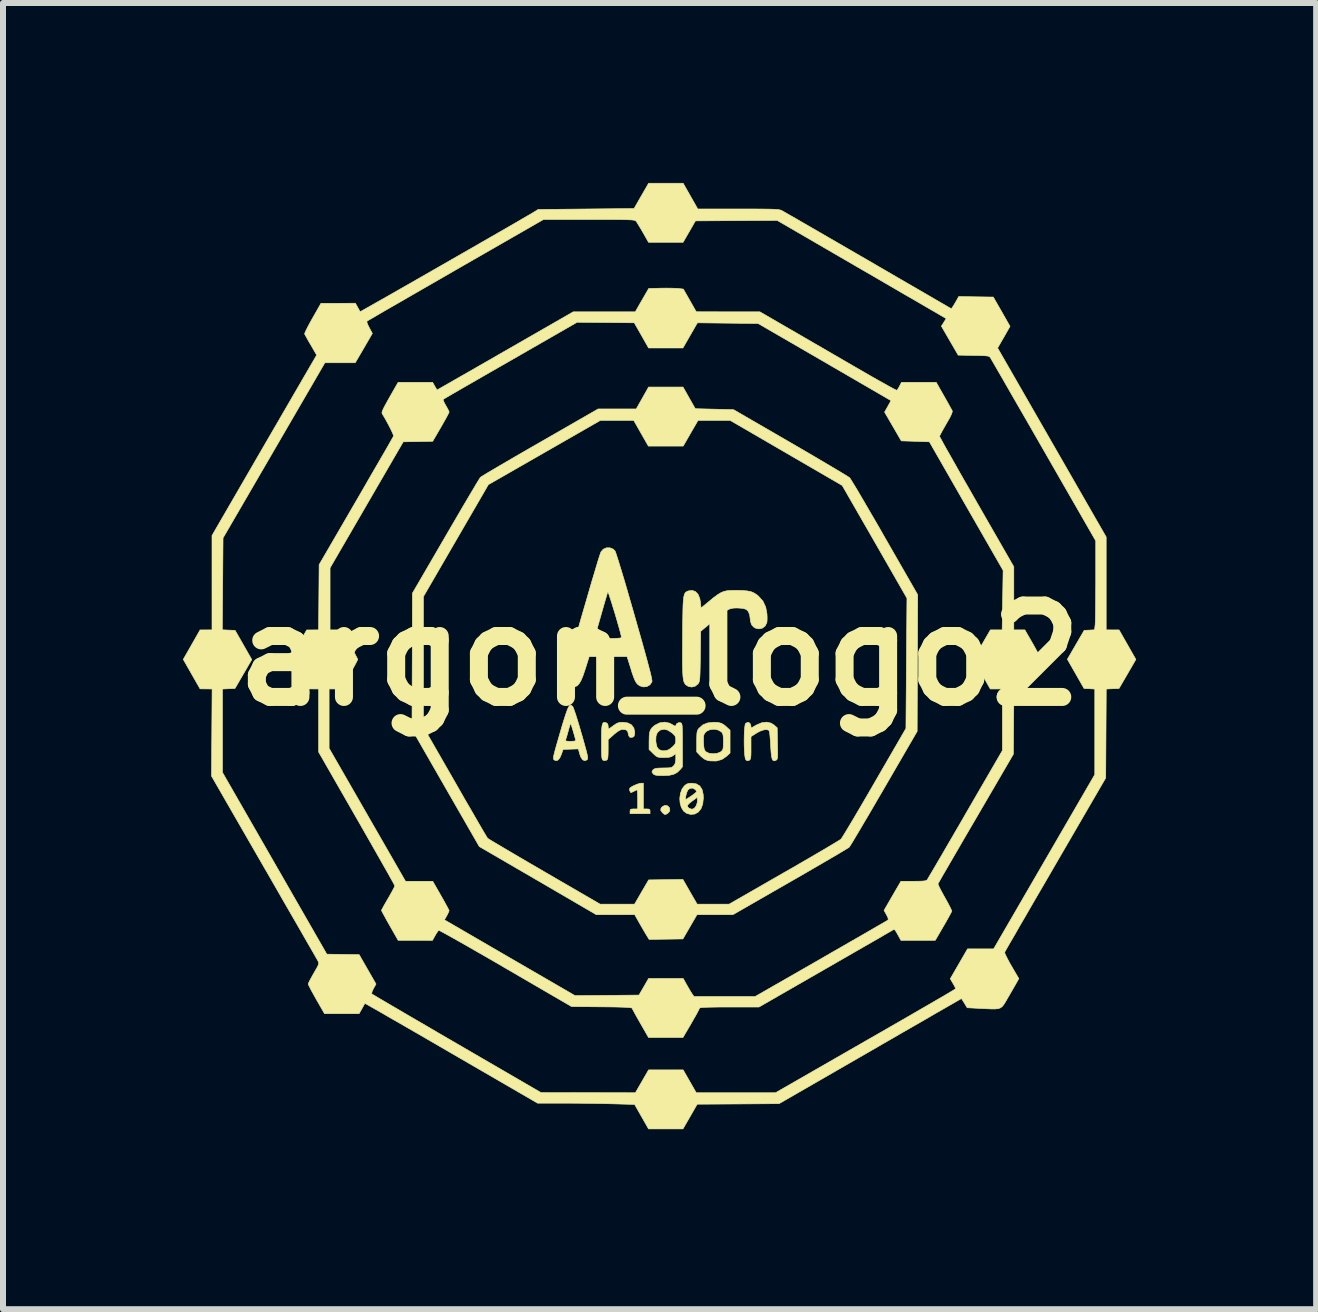
<source format=kicad_pcb>
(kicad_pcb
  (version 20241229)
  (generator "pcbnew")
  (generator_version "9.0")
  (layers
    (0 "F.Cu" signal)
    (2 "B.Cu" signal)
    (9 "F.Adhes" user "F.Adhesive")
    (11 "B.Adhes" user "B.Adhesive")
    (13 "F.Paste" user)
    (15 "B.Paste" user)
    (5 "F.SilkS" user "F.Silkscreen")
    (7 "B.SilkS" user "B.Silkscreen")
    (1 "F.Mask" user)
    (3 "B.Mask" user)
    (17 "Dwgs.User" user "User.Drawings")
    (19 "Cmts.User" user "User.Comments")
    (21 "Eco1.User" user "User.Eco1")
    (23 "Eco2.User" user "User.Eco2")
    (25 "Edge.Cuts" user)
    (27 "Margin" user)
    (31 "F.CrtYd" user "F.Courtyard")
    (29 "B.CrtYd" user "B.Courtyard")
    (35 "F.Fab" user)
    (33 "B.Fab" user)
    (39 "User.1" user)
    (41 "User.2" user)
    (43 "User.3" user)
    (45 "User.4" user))
  (footprint "argon_logo2"
    (layer "F.Cu")
    (at 7.945 7.879)
    (property "Reference" "argon_logo2" (at 0 0 0) (layer "F.SilkS") (effects (font (size 1.524 1.524) (thickness 0.3))))
    (attr through_hole)
    (fp_poly (pts (xy 0.13 2.502) (xy 0.161 2.531) (xy 0.169 2.551) (xy 0.17 2.589) (xy 0.146 2.62) (xy 0.144 2.622) (xy 0.108 2.646) (xy 0.081 2.646) (xy 0.051 2.622) (xy 0.048 2.619) (xy 0.02 2.581) (xy 0.023 2.546) (xy 0.047 2.517) (xy 0.088 2.497) (xy 0.13 2.502)) (stroke (width 0.01) (type solid)) (fill yes) (layer "F.SilkS"))
    (fp_poly (pts (xy -0.27 2.556) (xy -0.214 2.556) (xy -0.177 2.559) (xy -0.161 2.572) (xy -0.159 2.596) (xy -0.159 2.635) (xy -0.492 2.635) (xy -0.492 2.596) (xy -0.489 2.57) (xy -0.472 2.559) (xy -0.434 2.556) (xy -0.429 2.556) (xy -0.365 2.556) (xy -0.365 2.397) (xy -0.366 2.33) (xy -0.368 2.278) (xy -0.371 2.245) (xy -0.374 2.238) (xy -0.393 2.245) (xy -0.427 2.261) (xy -0.431 2.263) (xy -0.466 2.28) (xy -0.484 2.28) (xy -0.494 2.258) (xy -0.499 2.243) (xy -0.501 2.221) (xy -0.488 2.202) (xy -0.455 2.18) (xy -0.43 2.168) (xy -0.378 2.145) (xy -0.331 2.13) (xy -0.31 2.127) (xy -0.27 2.127) (xy -0.27 2.556)) (stroke (width 0.01) (type solid)) (fill yes) (layer "F.SilkS"))
    (fp_poly (pts (xy -0.531 1.122) (xy -0.468 1.154) (xy -0.429 1.206) (xy -0.414 1.276) (xy -0.416 1.304) (xy -0.424 1.342) (xy -0.443 1.358) (xy -0.464 1.362) (xy -0.496 1.361) (xy -0.512 1.339) (xy -0.517 1.323) (xy -0.528 1.276) (xy -0.54 1.251) (xy -0.559 1.239) (xy -0.581 1.234) (xy -0.621 1.231) (xy -0.659 1.241) (xy -0.703 1.267) (xy -0.76 1.313) (xy -0.774 1.326) (xy -0.857 1.399) (xy -0.857 1.564) (xy -0.858 1.64) (xy -0.861 1.69) (xy -0.866 1.721) (xy -0.876 1.737) (xy -0.885 1.744) (xy -0.926 1.75) (xy -0.941 1.744) (xy -0.951 1.736) (xy -0.958 1.72) (xy -0.963 1.693) (xy -0.966 1.649) (xy -0.968 1.585) (xy -0.968 1.496) (xy -0.968 1.438) (xy -0.968 1.325) (xy -0.966 1.24) (xy -0.961 1.18) (xy -0.952 1.142) (xy -0.94 1.12) (xy -0.922 1.113) (xy -0.898 1.117) (xy -0.89 1.119) (xy -0.864 1.139) (xy -0.857 1.176) (xy -0.855 1.209) (xy -0.849 1.222) (xy -0.834 1.214) (xy -0.801 1.191) (xy -0.769 1.167) (xy -0.719 1.133) (xy -0.676 1.116) (xy -0.624 1.111) (xy -0.617 1.111) (xy -0.531 1.122)) (stroke (width 0.01) (type solid)) (fill yes) (layer "F.SilkS"))
    (fp_poly (pts (xy 1.86 1.126) (xy 1.909 1.158) (xy 1.961 1.204) (xy 1.966 1.466) (xy 1.968 1.563) (xy 1.969 1.633) (xy 1.967 1.68) (xy 1.964 1.711) (xy 1.958 1.729) (xy 1.948 1.74) (xy 1.939 1.745) (xy 1.913 1.754) (xy 1.893 1.749) (xy 1.878 1.726) (xy 1.867 1.682) (xy 1.859 1.613) (xy 1.852 1.516) (xy 1.851 1.49) (xy 1.846 1.407) (xy 1.84 1.336) (xy 1.834 1.283) (xy 1.828 1.253) (xy 1.826 1.249) (xy 1.79 1.233) (xy 1.736 1.238) (xy 1.671 1.261) (xy 1.615 1.292) (xy 1.524 1.35) (xy 1.524 1.54) (xy 1.524 1.621) (xy 1.522 1.676) (xy 1.517 1.711) (xy 1.51 1.731) (xy 1.498 1.743) (xy 1.493 1.746) (xy 1.461 1.753) (xy 1.438 1.737) (xy 1.428 1.712) (xy 1.42 1.661) (xy 1.415 1.593) (xy 1.411 1.512) (xy 1.41 1.425) (xy 1.411 1.339) (xy 1.414 1.259) (xy 1.42 1.193) (xy 1.427 1.147) (xy 1.436 1.128) (xy 1.473 1.112) (xy 1.504 1.125) (xy 1.521 1.162) (xy 1.521 1.164) (xy 1.526 1.208) (xy 1.61 1.159) (xy 1.701 1.12) (xy 1.786 1.109) (xy 1.86 1.126)) (stroke (width 0.01) (type solid)) (fill yes) (layer "F.SilkS"))
    (fp_poly (pts (xy 0.612 2.138) (xy 0.67 2.173) (xy 0.708 2.231) (xy 0.727 2.314) (xy 0.73 2.377) (xy 0.719 2.475) (xy 0.69 2.553) (xy 0.644 2.609) (xy 0.585 2.641) (xy 0.516 2.647) (xy 0.449 2.628) (xy 0.399 2.59) (xy 0.363 2.53) (xy 0.359 2.518) (xy 0.466 2.518) (xy 0.486 2.54) (xy 0.493 2.545) (xy 0.538 2.561) (xy 0.578 2.547) (xy 0.61 2.505) (xy 0.614 2.496) (xy 0.628 2.449) (xy 0.632 2.406) (xy 0.632 2.403) (xy 0.627 2.364) (xy 0.544 2.424) (xy 0.493 2.464) (xy 0.467 2.494) (xy 0.466 2.518) (xy 0.359 2.518) (xy 0.342 2.457) (xy 0.337 2.388) (xy 0.432 2.388) (xy 0.437 2.397) (xy 0.454 2.389) (xy 0.489 2.367) (xy 0.532 2.338) (xy 0.576 2.306) (xy 0.607 2.28) (xy 0.619 2.267) (xy 0.609 2.249) (xy 0.594 2.232) (xy 0.553 2.209) (xy 0.509 2.212) (xy 0.473 2.239) (xy 0.47 2.242) (xy 0.456 2.275) (xy 0.443 2.316) (xy 0.434 2.358) (xy 0.432 2.388) (xy 0.337 2.388) (xy 0.337 2.376) (xy 0.348 2.296) (xy 0.375 2.223) (xy 0.413 2.172) (xy 0.449 2.143) (xy 0.488 2.13) (xy 0.535 2.127) (xy 0.612 2.138)) (stroke (width 0.01) (type solid)) (fill yes) (layer "F.SilkS"))
    (fp_poly (pts (xy 0.977 1.115) (xy 1.032 1.129) (xy 1.081 1.159) (xy 1.123 1.196) (xy 1.175 1.244) (xy 1.175 1.623) (xy 1.119 1.676) (xy 1.039 1.731) (xy 0.946 1.757) (xy 0.84 1.755) (xy 0.794 1.746) (xy 0.744 1.723) (xy 0.691 1.681) (xy 0.679 1.669) (xy 0.619 1.605) (xy 0.619 1.431) (xy 0.619 1.384) (xy 0.731 1.384) (xy 0.733 1.45) (xy 0.737 1.515) (xy 0.744 1.557) (xy 0.756 1.584) (xy 0.775 1.604) (xy 0.776 1.605) (xy 0.825 1.628) (xy 0.89 1.636) (xy 0.957 1.63) (xy 1.012 1.609) (xy 1.022 1.602) (xy 1.042 1.584) (xy 1.055 1.563) (xy 1.061 1.532) (xy 1.063 1.483) (xy 1.064 1.436) (xy 1.063 1.368) (xy 1.058 1.324) (xy 1.049 1.295) (xy 1.034 1.275) (xy 1.031 1.272) (xy 0.976 1.24) (xy 0.91 1.227) (xy 0.842 1.234) (xy 0.785 1.26) (xy 0.76 1.284) (xy 0.743 1.31) (xy 0.734 1.34) (xy 0.731 1.384) (xy 0.619 1.384) (xy 0.62 1.353) (xy 0.622 1.3) (xy 0.628 1.264) (xy 0.637 1.239) (xy 0.653 1.216) (xy 0.659 1.21) (xy 0.722 1.154) (xy 0.802 1.122) (xy 0.903 1.111) (xy 0.904 1.111) (xy 0.977 1.115)) (stroke (width 0.01) (type solid)) (fill yes) (layer "F.SilkS"))
    (fp_poly (pts (xy -1.465 0.833) (xy -1.447 0.85) (xy -1.436 0.874) (xy -1.418 0.924) (xy -1.394 0.995) (xy -1.366 1.085) (xy -1.335 1.187) (xy -1.303 1.299) (xy -1.302 1.3) (xy -1.267 1.424) (xy -1.24 1.521) (xy -1.22 1.594) (xy -1.207 1.648) (xy -1.2 1.685) (xy -1.198 1.71) (xy -1.201 1.725) (xy -1.207 1.734) (xy -1.214 1.74) (xy -1.251 1.752) (xy -1.285 1.734) (xy -1.315 1.687) (xy -1.332 1.637) (xy -1.354 1.555) (xy -1.609 1.564) (xy -1.635 1.642) (xy -1.664 1.707) (xy -1.697 1.744) (xy -1.733 1.751) (xy -1.754 1.74) (xy -1.763 1.733) (xy -1.768 1.722) (xy -1.769 1.705) (xy -1.766 1.677) (xy -1.757 1.636) (xy -1.742 1.579) (xy -1.72 1.5) (xy -1.693 1.406) (xy -1.566 1.406) (xy -1.565 1.419) (xy -1.546 1.426) (xy -1.502 1.429) (xy -1.486 1.429) (xy -1.438 1.427) (xy -1.406 1.422) (xy -1.397 1.417) (xy -1.402 1.396) (xy -1.413 1.355) (xy -1.428 1.301) (xy -1.445 1.243) (xy -1.461 1.191) (xy -1.474 1.151) (xy -1.481 1.133) (xy -1.482 1.133) (xy -1.488 1.144) (xy -1.5 1.179) (xy -1.516 1.232) (xy -1.522 1.255) (xy -1.539 1.317) (xy -1.554 1.368) (xy -1.565 1.401) (xy -1.566 1.406) (xy -1.693 1.406) (xy -1.691 1.398) (xy -1.658 1.285) (xy -1.618 1.147) (xy -1.584 1.038) (xy -1.556 0.954) (xy -1.534 0.893) (xy -1.514 0.853) (xy -1.497 0.831) (xy -1.481 0.825) (xy -1.465 0.833)) (stroke (width 0.01) (type solid)) (fill yes) (layer "F.SilkS"))
    (fp_poly (pts (xy 0.599 -1.067) (xy 0.642 -1.021) (xy 0.671 -0.95) (xy 0.681 -0.89) (xy 0.691 -0.794) (xy 0.818 -0.898) (xy 0.9 -0.965) (xy 0.965 -1.014) (xy 1.019 -1.047) (xy 1.069 -1.069) (xy 1.123 -1.081) (xy 1.186 -1.086) (xy 1.266 -1.087) (xy 1.286 -1.087) (xy 1.387 -1.085) (xy 1.464 -1.078) (xy 1.524 -1.066) (xy 1.573 -1.045) (xy 1.62 -1.015) (xy 1.647 -0.993) (xy 1.722 -0.91) (xy 1.769 -0.81) (xy 1.79 -0.699) (xy 1.793 -0.637) (xy 1.792 -0.582) (xy 1.788 -0.549) (xy 1.76 -0.494) (xy 1.713 -0.458) (xy 1.657 -0.446) (xy 1.598 -0.458) (xy 1.563 -0.481) (xy 1.533 -0.516) (xy 1.518 -0.564) (xy 1.513 -0.596) (xy 1.502 -0.678) (xy 1.481 -0.734) (xy 1.447 -0.769) (xy 1.394 -0.787) (xy 1.317 -0.793) (xy 1.289 -0.794) (xy 1.244 -0.793) (xy 1.205 -0.788) (xy 1.169 -0.778) (xy 1.13 -0.759) (xy 1.083 -0.728) (xy 1.025 -0.685) (xy 0.951 -0.625) (xy 0.877 -0.564) (xy 0.685 -0.405) (xy 0.68 0.011) (xy 0.678 0.137) (xy 0.676 0.235) (xy 0.674 0.31) (xy 0.671 0.365) (xy 0.667 0.404) (xy 0.662 0.431) (xy 0.654 0.451) (xy 0.645 0.466) (xy 0.641 0.471) (xy 0.595 0.509) (xy 0.538 0.524) (xy 0.48 0.514) (xy 0.438 0.487) (xy 0.424 0.471) (xy 0.413 0.452) (xy 0.403 0.426) (xy 0.396 0.391) (xy 0.39 0.344) (xy 0.386 0.282) (xy 0.384 0.203) (xy 0.382 0.103) (xy 0.382 -0.02) (xy 0.383 -0.169) (xy 0.384 -0.348) (xy 0.384 -0.349) (xy 0.385 -0.516) (xy 0.387 -0.654) (xy 0.389 -0.767) (xy 0.392 -0.856) (xy 0.397 -0.925) (xy 0.403 -0.976) (xy 0.412 -1.013) (xy 0.422 -1.039) (xy 0.436 -1.056) (xy 0.453 -1.067) (xy 0.473 -1.076) (xy 0.478 -1.078) (xy 0.543 -1.087) (xy 0.599 -1.067)) (stroke (width 0.01) (type solid)) (fill yes) (layer "F.SilkS"))
    (fp_poly (pts (xy 0.167 1.126) (xy 0.212 1.15) (xy 0.251 1.173) (xy 0.268 1.174) (xy 0.27 1.168) (xy 0.283 1.137) (xy 0.316 1.118) (xy 0.348 1.119) (xy 0.359 1.123) (xy 0.367 1.132) (xy 0.373 1.149) (xy 0.377 1.177) (xy 0.379 1.221) (xy 0.38 1.286) (xy 0.381 1.374) (xy 0.381 1.49) (xy 0.381 1.492) (xy 0.381 1.855) (xy 0.341 1.902) (xy 0.293 1.948) (xy 0.236 1.978) (xy 0.163 1.995) (xy 0.068 2) (xy 0.058 2) (xy -0.016 1.999) (xy -0.065 1.993) (xy -0.094 1.982) (xy -0.102 1.975) (xy -0.122 1.95) (xy -0.127 1.937) (xy -0.117 1.916) (xy -0.102 1.898) (xy -0.08 1.885) (xy -0.041 1.877) (xy 0.019 1.874) (xy 0.062 1.873) (xy 0.131 1.872) (xy 0.175 1.869) (xy 0.204 1.861) (xy 0.225 1.846) (xy 0.235 1.837) (xy 0.258 1.802) (xy 0.268 1.756) (xy 0.27 1.716) (xy 0.27 1.633) (xy 0.228 1.666) (xy 0.197 1.684) (xy 0.157 1.695) (xy 0.099 1.698) (xy 0.074 1.699) (xy 0.014 1.698) (xy -0.025 1.692) (xy -0.054 1.679) (xy -0.086 1.652) (xy -0.107 1.632) (xy -0.175 1.565) (xy -0.175 1.426) (xy -0.174 1.417) (xy -0.063 1.417) (xy -0.059 1.454) (xy -0.043 1.523) (xy -0.011 1.566) (xy 0.039 1.585) (xy 0.071 1.587) (xy 0.119 1.582) (xy 0.161 1.563) (xy 0.204 1.531) (xy 0.243 1.494) (xy 0.263 1.463) (xy 0.269 1.427) (xy 0.27 1.406) (xy 0.267 1.362) (xy 0.252 1.331) (xy 0.22 1.299) (xy 0.207 1.288) (xy 0.138 1.243) (xy 0.077 1.227) (xy 0.019 1.239) (xy 0.001 1.248) (xy -0.038 1.285) (xy -0.059 1.34) (xy -0.063 1.417) (xy -0.174 1.417) (xy -0.173 1.341) (xy -0.166 1.28) (xy -0.15 1.236) (xy -0.124 1.2) (xy -0.085 1.166) (xy -0.078 1.161) (xy 0.001 1.121) (xy 0.085 1.109) (xy 0.167 1.126)) (stroke (width 0.01) (type solid)) (fill yes) (layer "F.SilkS"))
    (fp_poly (pts (xy -0.772 -1.774) (xy -0.743 -1.745) (xy -0.734 -1.724) (xy -0.717 -1.674) (xy -0.693 -1.599) (xy -0.663 -1.502) (xy -0.627 -1.384) (xy -0.586 -1.248) (xy -0.542 -1.098) (xy -0.495 -0.934) (xy -0.445 -0.762) (xy -0.414 -0.653) (xy -0.352 -0.435) (xy -0.298 -0.246) (xy -0.253 -0.084) (xy -0.215 0.053) (xy -0.185 0.166) (xy -0.161 0.257) (xy -0.144 0.327) (xy -0.133 0.379) (xy -0.127 0.414) (xy -0.126 0.433) (xy -0.127 0.437) (xy -0.161 0.487) (xy -0.212 0.516) (xy -0.271 0.522) (xy -0.33 0.504) (xy -0.364 0.48) (xy -0.387 0.454) (xy -0.408 0.417) (xy -0.431 0.362) (xy -0.458 0.286) (xy -0.476 0.226) (xy -0.542 0.016) (xy -1.173 0.016) (xy -1.239 0.225) (xy -1.275 0.332) (xy -1.308 0.412) (xy -1.34 0.467) (xy -1.373 0.502) (xy -1.411 0.52) (xy -1.449 0.524) (xy -1.503 0.514) (xy -1.545 0.492) (xy -1.576 0.46) (xy -1.595 0.431) (xy -1.592 0.411) (xy -1.581 0.365) (xy -1.563 0.293) (xy -1.538 0.201) (xy -1.508 0.09) (xy -1.473 -0.036) (xy -1.434 -0.175) (xy -1.398 -0.303) (xy -1.079 -0.303) (xy -1.064 -0.295) (xy -1.019 -0.29) (xy -0.942 -0.287) (xy -0.857 -0.286) (xy -0.764 -0.286) (xy -0.699 -0.289) (xy -0.658 -0.293) (xy -0.639 -0.3) (xy -0.636 -0.306) (xy -0.64 -0.331) (xy -0.652 -0.38) (xy -0.67 -0.447) (xy -0.693 -0.527) (xy -0.718 -0.615) (xy -0.745 -0.707) (xy -0.773 -0.797) (xy -0.799 -0.882) (xy -0.823 -0.956) (xy -0.842 -1.014) (xy -0.856 -1.051) (xy -0.863 -1.064) (xy -0.863 -1.064) (xy -0.872 -1.036) (xy -0.887 -0.984) (xy -0.908 -0.914) (xy -0.932 -0.831) (xy -0.958 -0.739) (xy -0.985 -0.645) (xy -1.011 -0.553) (xy -1.035 -0.468) (xy -1.055 -0.396) (xy -1.07 -0.341) (xy -1.078 -0.309) (xy -1.079 -0.303) (xy -1.398 -0.303) (xy -1.392 -0.323) (xy -1.349 -0.477) (xy -1.304 -0.635) (xy -1.258 -0.793) (xy -1.213 -0.948) (xy -1.17 -1.097) (xy -1.129 -1.238) (xy -1.09 -1.367) (xy -1.056 -1.482) (xy -1.027 -1.578) (xy -1.003 -1.654) (xy -0.986 -1.705) (xy -0.976 -1.73) (xy -0.938 -1.774) (xy -0.885 -1.797) (xy -0.827 -1.797) (xy -0.772 -1.774)) (stroke (width 0.01) (type solid)) (fill yes) (layer "F.SilkS"))
    (fp_poly (pts (xy 0.493 -4.296) (xy 0.595 -4.116) (xy 0.914 -4.108) (xy 1.233 -4.1) (xy 2.184 -3.549) (xy 2.344 -3.456) (xy 2.497 -3.367) (xy 2.64 -3.283) (xy 2.77 -3.206) (xy 2.887 -3.137) (xy 2.986 -3.078) (xy 3.067 -3.029) (xy 3.126 -2.993) (xy 3.161 -2.97) (xy 3.17 -2.963) (xy 3.183 -2.944) (xy 3.211 -2.899) (xy 3.252 -2.832) (xy 3.305 -2.744) (xy 3.367 -2.638) (xy 3.439 -2.515) (xy 3.518 -2.379) (xy 3.604 -2.232) (xy 3.694 -2.076) (xy 3.753 -1.972) (xy 4.303 -1.014) (xy 4.298 0.124) (xy 4.294 1.262) (xy 3.741 2.215) (xy 3.648 2.374) (xy 3.559 2.527) (xy 3.476 2.669) (xy 3.399 2.799) (xy 3.331 2.915) (xy 3.272 3.013) (xy 3.225 3.093) (xy 3.189 3.151) (xy 3.167 3.185) (xy 3.161 3.194) (xy 3.144 3.206) (xy 3.1 3.232) (xy 3.034 3.272) (xy 2.947 3.324) (xy 2.842 3.385) (xy 2.721 3.456) (xy 2.586 3.534) (xy 2.44 3.619) (xy 2.284 3.709) (xy 2.179 3.769) (xy 1.223 4.318) (xy 0.624 4.318) (xy 0.389 4.723) (xy 0.108 4.727) (xy -0.174 4.731) (xy -0.211 4.672) (xy -0.235 4.632) (xy -0.269 4.574) (xy -0.308 4.506) (xy -0.332 4.465) (xy -0.415 4.318) (xy -0.735 4.318) (xy -1.056 4.318) (xy -2.03 3.75) (xy -3.005 3.183) (xy -3.566 2.207) (xy -4.127 1.23) (xy -4.123 0.095) (xy -4.12 -0.983) (xy -3.937 -0.983) (xy -3.937 1.192) (xy -3.411 2.108) (xy -3.321 2.265) (xy -3.236 2.414) (xy -3.155 2.552) (xy -3.082 2.679) (xy -3.018 2.79) (xy -2.963 2.884) (xy -2.919 2.959) (xy -2.887 3.012) (xy -2.87 3.04) (xy -2.867 3.045) (xy -2.85 3.056) (xy -2.808 3.082) (xy -2.743 3.121) (xy -2.658 3.171) (xy -2.554 3.233) (xy -2.435 3.303) (xy -2.302 3.381) (xy -2.157 3.466) (xy -2.003 3.555) (xy -1.92 3.604) (xy -0.992 4.143) (xy -0.705 4.143) (xy -0.417 4.143) (xy -0.3 3.941) (xy -0.182 3.739) (xy 0.103 3.735) (xy 0.389 3.731) (xy 0.507 3.937) (xy 0.626 4.143) (xy 1.16 4.143) (xy 2.076 3.617) (xy 2.234 3.527) (xy 2.383 3.44) (xy 2.523 3.359) (xy 2.651 3.284) (xy 2.764 3.218) (xy 2.859 3.161) (xy 2.936 3.115) (xy 2.99 3.082) (xy 3.021 3.062) (xy 3.026 3.058) (xy 3.039 3.038) (xy 3.067 2.994) (xy 3.108 2.927) (xy 3.161 2.839) (xy 3.224 2.734) (xy 3.295 2.613) (xy 3.374 2.479) (xy 3.459 2.333) (xy 3.548 2.18) (xy 3.583 2.119) (xy 4.107 1.214) (xy 4.124 -0.957) (xy 3.585 -1.897) (xy 3.045 -2.836) (xy 1.177 -3.921) (xy 0.641 -3.921) (xy 0.517 -3.707) (xy 0.394 -3.493) (xy 0.104 -3.493) (xy -0.187 -3.493) (xy -0.431 -3.921) (xy -0.709 -3.921) (xy -0.987 -3.921) (xy -2.854 -2.85) (xy -3.937 -0.983) (xy -4.12 -0.983) (xy -4.12 -1.04) (xy -3.566 -1.992) (xy -3.473 -2.152) (xy -3.384 -2.304) (xy -3.301 -2.447) (xy -3.224 -2.577) (xy -3.156 -2.692) (xy -3.097 -2.791) (xy -3.05 -2.871) (xy -3.014 -2.929) (xy -2.993 -2.963) (xy -2.987 -2.972) (xy -2.969 -2.984) (xy -2.926 -3.011) (xy -2.86 -3.051) (xy -2.773 -3.102) (xy -2.668 -3.164) (xy -2.546 -3.235) (xy -2.411 -3.314) (xy -2.264 -3.399) (xy -2.108 -3.489) (xy -1.993 -3.555) (xy -1.024 -4.112) (xy -0.389 -4.112) (xy -0.286 -4.294) (xy -0.183 -4.477) (xy 0.104 -4.477) (xy 0.391 -4.477) (xy 0.493 -4.296)) (stroke (width 0.01) (type solid)) (fill yes) (layer "F.SilkS"))
    (fp_poly (pts (xy 0.195 -6.125) (xy 0.265 -6.123) (xy 0.313 -6.12) (xy 0.396 -6.11) (xy 0.504 -5.921) (xy 0.611 -5.732) (xy 1.142 -5.731) (xy 1.672 -5.731) (xy 2.15 -5.454) (xy 2.27 -5.385) (xy 2.411 -5.303) (xy 2.567 -5.212) (xy 2.734 -5.116) (xy 2.904 -5.017) (xy 3.071 -4.92) (xy 3.23 -4.828) (xy 3.285 -4.796) (xy 3.417 -4.72) (xy 3.54 -4.649) (xy 3.653 -4.585) (xy 3.752 -4.53) (xy 3.834 -4.484) (xy 3.897 -4.45) (xy 3.939 -4.429) (xy 3.956 -4.423) (xy 3.956 -4.423) (xy 3.971 -4.441) (xy 3.992 -4.477) (xy 4.001 -4.494) (xy 4.033 -4.556) (xy 4.612 -4.555) (xy 4.739 -4.331) (xy 4.783 -4.254) (xy 4.822 -4.184) (xy 4.853 -4.128) (xy 4.873 -4.092) (xy 4.879 -4.081) (xy 4.878 -4.059) (xy 4.864 -4.02) (xy 4.834 -3.959) (xy 4.786 -3.876) (xy 4.78 -3.865) (xy 4.739 -3.794) (xy 4.705 -3.733) (xy 4.68 -3.686) (xy 4.668 -3.659) (xy 4.667 -3.656) (xy 4.675 -3.639) (xy 4.698 -3.597) (xy 4.733 -3.532) (xy 4.781 -3.446) (xy 4.841 -3.341) (xy 4.91 -3.219) (xy 4.987 -3.082) (xy 5.072 -2.933) (xy 5.164 -2.773) (xy 5.26 -2.605) (xy 5.286 -2.559) (xy 5.905 -1.481) (xy 5.905 -0.429) (xy 6.089 -0.429) (xy 6.224 -0.195) (xy 6.268 -0.116) (xy 6.306 -0.046) (xy 6.336 0.011) (xy 6.354 0.05) (xy 6.358 0.064) (xy 6.35 0.085) (xy 6.329 0.128) (xy 6.297 0.189) (xy 6.257 0.262) (xy 6.224 0.322) (xy 6.089 0.556) (xy 5.907 0.556) (xy 5.902 1.099) (xy 5.898 1.643) (xy 5.273 2.715) (xy 5.174 2.884) (xy 5.08 3.045) (xy 4.992 3.197) (xy 4.911 3.336) (xy 4.838 3.462) (xy 4.775 3.571) (xy 4.722 3.661) (xy 4.682 3.732) (xy 4.655 3.779) (xy 4.642 3.802) (xy 4.641 3.803) (xy 4.646 3.822) (xy 4.665 3.864) (xy 4.695 3.922) (xy 4.733 3.992) (xy 4.755 4.031) (xy 4.796 4.105) (xy 4.831 4.17) (xy 4.856 4.222) (xy 4.87 4.254) (xy 4.871 4.261) (xy 4.861 4.281) (xy 4.839 4.323) (xy 4.806 4.383) (xy 4.765 4.455) (xy 4.731 4.514) (xy 4.596 4.746) (xy 4.31 4.746) (xy 4.024 4.747) (xy 3.971 4.651) (xy 3.942 4.6) (xy 3.923 4.574) (xy 3.908 4.566) (xy 3.891 4.572) (xy 3.884 4.576) (xy 3.865 4.588) (xy 3.821 4.613) (xy 3.753 4.652) (xy 3.665 4.704) (xy 3.557 4.766) (xy 3.433 4.837) (xy 3.294 4.917) (xy 3.143 5.004) (xy 2.981 5.097) (xy 2.811 5.195) (xy 2.753 5.228) (xy 1.657 5.858) (xy 1.162 5.858) (xy 1.006 5.858) (xy 0.88 5.86) (xy 0.785 5.862) (xy 0.718 5.865) (xy 0.679 5.87) (xy 0.667 5.875) (xy 0.659 5.894) (xy 0.638 5.935) (xy 0.606 5.994) (xy 0.565 6.065) (xy 0.529 6.129) (xy 0.39 6.366) (xy -0.184 6.366) (xy -0.318 6.132) (xy -0.363 6.053) (xy -0.402 5.984) (xy -0.432 5.928) (xy -0.452 5.891) (xy -0.457 5.878) (xy -0.467 5.873) (xy -0.495 5.868) (xy -0.543 5.864) (xy -0.614 5.861) (xy -0.71 5.858) (xy -0.834 5.856) (xy -0.965 5.855) (xy -1.468 5.85) (xy -2.568 5.21) (xy -2.739 5.11) (xy -2.902 5.016) (xy -3.056 4.928) (xy -3.198 4.846) (xy -3.325 4.774) (xy -3.437 4.711) (xy -3.53 4.659) (xy -3.603 4.619) (xy -3.653 4.592) (xy -3.679 4.58) (xy -3.682 4.58) (xy -3.698 4.598) (xy -3.723 4.635) (xy -3.742 4.668) (xy -3.786 4.747) (xy -4.358 4.746) (xy -4.497 4.502) (xy -4.542 4.423) (xy -4.58 4.353) (xy -4.611 4.297) (xy -4.63 4.26) (xy -4.636 4.247) (xy -4.628 4.23) (xy -4.607 4.191) (xy -4.576 4.135) (xy -4.537 4.068) (xy -4.524 4.046) (xy -4.484 3.976) (xy -4.45 3.914) (xy -4.426 3.868) (xy -4.414 3.841) (xy -4.413 3.838) (xy -4.421 3.822) (xy -4.443 3.78) (xy -4.479 3.716) (xy -4.527 3.629) (xy -4.587 3.524) (xy -4.656 3.402) (xy -4.734 3.265) (xy -4.819 3.115) (xy -4.911 2.954) (xy -5.008 2.784) (xy -5.048 2.715) (xy -5.683 1.608) (xy -5.683 0.556) (xy -5.509 0.556) (xy -5.509 1.545) (xy -4.235 3.762) (xy -3.781 3.762) (xy -3.645 4) (xy -3.6 4.079) (xy -3.562 4.148) (xy -3.532 4.203) (xy -3.513 4.24) (xy -3.508 4.252) (xy -3.516 4.273) (xy -3.534 4.311) (xy -3.547 4.336) (xy -3.586 4.405) (xy -2.498 5.037) (xy -1.41 5.668) (xy -0.877 5.664) (xy -0.343 5.659) (xy -0.263 5.521) (xy -0.183 5.382) (xy 0.106 5.382) (xy 0.394 5.382) (xy 0.453 5.489) (xy 0.487 5.547) (xy 0.518 5.601) (xy 0.542 5.638) (xy 0.543 5.64) (xy 0.574 5.683) (xy 1.593 5.683) (xy 2.69 5.054) (xy 2.861 4.955) (xy 3.025 4.861) (xy 3.179 4.772) (xy 3.321 4.691) (xy 3.449 4.617) (xy 3.561 4.552) (xy 3.654 4.498) (xy 3.727 4.456) (xy 3.777 4.427) (xy 3.803 4.411) (xy 3.805 4.41) (xy 3.813 4.393) (xy 3.804 4.362) (xy 3.783 4.321) (xy 3.742 4.247) (xy 3.882 4.004) (xy 4.023 3.762) (xy 4.232 3.762) (xy 4.329 3.761) (xy 4.397 3.758) (xy 4.439 3.751) (xy 4.457 3.743) (xy 4.468 3.726) (xy 4.493 3.684) (xy 4.531 3.619) (xy 4.582 3.533) (xy 4.643 3.428) (xy 4.715 3.306) (xy 4.794 3.169) (xy 4.881 3.02) (xy 4.974 2.86) (xy 5.071 2.693) (xy 5.094 2.652) (xy 5.715 1.582) (xy 5.715 1.069) (xy 5.715 0.556) (xy 5.513 0.556) (xy 5.376 0.315) (xy 5.331 0.236) (xy 5.292 0.167) (xy 5.263 0.111) (xy 5.244 0.074) (xy 5.239 0.061) (xy 5.246 0.044) (xy 5.267 0.003) (xy 5.3 -0.055) (xy 5.34 -0.126) (xy 5.377 -0.191) (xy 5.515 -0.429) (xy 5.613 -0.429) (xy 5.711 -0.429) (xy 5.719 -0.925) (xy 5.727 -1.421) (xy 5.112 -2.492) (xy 4.498 -3.564) (xy 4.263 -3.572) (xy 4.029 -3.58) (xy 3.89 -3.82) (xy 3.751 -4.059) (xy 3.805 -4.155) (xy 3.858 -4.251) (xy 2.751 -4.894) (xy 1.643 -5.536) (xy 1.137 -5.542) (xy 0.631 -5.548) (xy 0.389 -5.128) (xy 0.103 -5.128) (xy -0.183 -5.128) (xy -0.302 -5.338) (xy -0.422 -5.548) (xy -0.898 -5.553) (xy -1.375 -5.557) (xy -2.485 -4.919) (xy -2.658 -4.82) (xy -2.822 -4.726) (xy -2.977 -4.637) (xy -3.119 -4.555) (xy -3.248 -4.481) (xy -3.36 -4.416) (xy -3.454 -4.362) (xy -3.527 -4.319) (xy -3.578 -4.289) (xy -3.604 -4.274) (xy -3.607 -4.272) (xy -3.606 -4.254) (xy -3.59 -4.218) (xy -3.564 -4.17) (xy -3.564 -4.17) (xy -3.536 -4.121) (xy -3.516 -4.082) (xy -3.508 -4.061) (xy -3.516 -4.042) (xy -3.537 -4.001) (xy -3.569 -3.942) (xy -3.61 -3.87) (xy -3.645 -3.808) (xy -3.782 -3.573) (xy -4.028 -3.568) (xy -4.273 -3.564) (xy -4.883 -2.513) (xy -5.493 -1.462) (xy -5.493 -0.429) (xy -5.305 -0.429) (xy -5.169 -0.191) (xy -5.124 -0.112) (xy -5.085 -0.042) (xy -5.056 0.014) (xy -5.037 0.051) (xy -5.032 0.064) (xy -5.04 0.083) (xy -5.061 0.124) (xy -5.093 0.183) (xy -5.133 0.255) (xy -5.169 0.318) (xy -5.306 0.556) (xy -5.509 0.556) (xy -5.683 0.556) (xy -5.882 0.555) (xy -6.023 0.309) (xy -6.163 0.063) (xy -6.023 -0.183) (xy -5.882 -0.428) (xy -5.783 -0.428) (xy -5.684 -0.429) (xy -5.675 -1.516) (xy -5.06 -2.574) (xy -4.962 -2.743) (xy -4.869 -2.904) (xy -4.782 -3.055) (xy -4.701 -3.194) (xy -4.629 -3.319) (xy -4.566 -3.427) (xy -4.514 -3.518) (xy -4.475 -3.587) (xy -4.448 -3.634) (xy -4.436 -3.657) (xy -4.435 -3.658) (xy -4.439 -3.681) (xy -4.458 -3.726) (xy -4.488 -3.789) (xy -4.528 -3.865) (xy -4.574 -3.949) (xy -4.625 -4.035) (xy -4.628 -4.051) (xy -4.621 -4.077) (xy -4.603 -4.119) (xy -4.572 -4.178) (xy -4.527 -4.26) (xy -4.5 -4.308) (xy -4.358 -4.556) (xy -4.071 -4.556) (xy -3.784 -4.556) (xy -3.748 -4.493) (xy -3.726 -4.455) (xy -3.712 -4.432) (xy -3.709 -4.429) (xy -3.694 -4.437) (xy -3.655 -4.459) (xy -3.592 -4.495) (xy -3.508 -4.543) (xy -3.404 -4.603) (xy -3.283 -4.672) (xy -3.146 -4.75) (xy -2.997 -4.836) (xy -2.836 -4.928) (xy -2.666 -5.026) (xy -2.572 -5.08) (xy -1.439 -5.731) (xy -0.922 -5.731) (xy -0.405 -5.731) (xy -0.293 -5.926) (xy -0.181 -6.12) (xy 0.025 -6.125) (xy 0.111 -6.126) (xy 0.195 -6.125)) (stroke (width 0.01) (type solid)) (fill yes) (layer "F.SilkS"))
    (fp_poly (pts (xy 0.515 -7.66) (xy 0.637 -7.445) (xy 1.311 -7.445) (xy 1.478 -7.445) (xy 1.616 -7.445) (xy 1.727 -7.444) (xy 1.817 -7.443) (xy 1.886 -7.441) (xy 1.938 -7.438) (xy 1.977 -7.435) (xy 2.004 -7.43) (xy 2.024 -7.425) (xy 2.037 -7.419) (xy 2.057 -7.408) (xy 2.104 -7.381) (xy 2.173 -7.341) (xy 2.265 -7.289) (xy 2.376 -7.224) (xy 2.505 -7.15) (xy 2.65 -7.066) (xy 2.809 -6.974) (xy 2.98 -6.875) (xy 3.161 -6.77) (xy 3.351 -6.66) (xy 3.469 -6.592) (xy 3.661 -6.48) (xy 3.846 -6.373) (xy 4.021 -6.271) (xy 4.185 -6.176) (xy 4.335 -6.089) (xy 4.47 -6.011) (xy 4.588 -5.942) (xy 4.688 -5.884) (xy 4.766 -5.839) (xy 4.822 -5.806) (xy 4.854 -5.788) (xy 4.86 -5.784) (xy 4.872 -5.794) (xy 4.895 -5.826) (xy 4.923 -5.873) (xy 4.929 -5.882) (xy 4.987 -5.986) (xy 5.275 -5.981) (xy 5.563 -5.977) (xy 5.703 -5.733) (xy 5.842 -5.489) (xy 5.739 -5.308) (xy 5.635 -5.128) (xy 7.445 -1.977) (xy 7.445 -0.429) (xy 7.66 -0.428) (xy 7.94 0.064) (xy 7.8 0.306) (xy 7.659 0.548) (xy 7.553 0.552) (xy 7.446 0.557) (xy 7.437 2.04) (xy 6.599 3.482) (xy 6.485 3.679) (xy 6.375 3.868) (xy 6.27 4.048) (xy 6.172 4.217) (xy 6.082 4.373) (xy 6 4.513) (xy 5.929 4.638) (xy 5.868 4.743) (xy 5.818 4.829) (xy 5.782 4.892) (xy 5.76 4.931) (xy 5.753 4.945) (xy 5.757 4.965) (xy 5.776 5.007) (xy 5.806 5.066) (xy 5.844 5.137) (xy 5.867 5.176) (xy 5.989 5.385) (xy 5.956 5.443) (xy 5.936 5.478) (xy 5.904 5.534) (xy 5.864 5.603) (xy 5.821 5.678) (xy 5.813 5.691) (xy 5.774 5.759) (xy 5.743 5.81) (xy 5.715 5.847) (xy 5.684 5.871) (xy 5.646 5.885) (xy 5.596 5.89) (xy 5.527 5.89) (xy 5.436 5.886) (xy 5.354 5.882) (xy 5.128 5.87) (xy 5.081 5.793) (xy 5.033 5.716) (xy 4.823 5.837) (xy 4.778 5.863) (xy 4.708 5.903) (xy 4.615 5.956) (xy 4.502 6.022) (xy 4.371 6.098) (xy 4.223 6.183) (xy 4.062 6.275) (xy 3.89 6.375) (xy 3.709 6.479) (xy 3.521 6.588) (xy 3.328 6.699) (xy 3.302 6.714) (xy 1.992 7.469) (xy 1.31 7.474) (xy 0.627 7.478) (xy 0.509 7.684) (xy 0.39 7.89) (xy -0.184 7.89) (xy -0.3 7.686) (xy -0.416 7.482) (xy -0.774 7.472) (xy -0.894 7.469) (xy -1.035 7.466) (xy -1.19 7.464) (xy -1.347 7.462) (xy -1.497 7.461) (xy -1.583 7.461) (xy -2.033 7.461) (xy -3.471 6.627) (xy -3.667 6.513) (xy -3.855 6.404) (xy -4.034 6.3) (xy -4.201 6.204) (xy -4.355 6.115) (xy -4.495 6.035) (xy -4.617 5.964) (xy -4.72 5.905) (xy -4.803 5.858) (xy -4.864 5.823) (xy -4.901 5.803) (xy -4.912 5.797) (xy -4.922 5.813) (xy -4.941 5.848) (xy -4.962 5.886) (xy -5.009 5.969) (xy -5.297 5.969) (xy -5.585 5.969) (xy -5.722 5.731) (xy -5.766 5.652) (xy -5.805 5.582) (xy -5.834 5.525) (xy -5.853 5.487) (xy -5.857 5.473) (xy -5.849 5.452) (xy -5.828 5.41) (xy -5.797 5.353) (xy -5.764 5.294) (xy -5.724 5.225) (xy -5.698 5.178) (xy -5.685 5.145) (xy -5.683 5.122) (xy -5.688 5.103) (xy -5.691 5.096) (xy -5.702 5.077) (xy -5.727 5.033) (xy -5.766 4.964) (xy -5.818 4.874) (xy -5.882 4.763) (xy -5.956 4.634) (xy -6.04 4.488) (xy -6.133 4.327) (xy -6.233 4.154) (xy -6.339 3.969) (xy -6.451 3.774) (xy -6.567 3.573) (xy -6.591 3.532) (xy -7.469 2.008) (xy -7.464 1.282) (xy -7.459 0.556) (xy -7.559 0.555) (xy -7.66 0.554) (xy -7.94 0.063) (xy -7.8 -0.182) (xy -7.66 -0.428) (xy -7.461 -0.429) (xy -7.461 -0.43) (xy -7.29 -0.43) (xy -7.183 -0.425) (xy -7.076 -0.421) (xy -6.937 -0.178) (xy -6.798 0.066) (xy -6.938 0.307) (xy -7.078 0.548) (xy -7.182 0.552) (xy -7.287 0.557) (xy -7.287 1.947) (xy -6.417 3.462) (xy -5.547 4.977) (xy -5.277 4.981) (xy -5.008 4.985) (xy -4.727 5.475) (xy -4.769 5.55) (xy -4.791 5.596) (xy -4.799 5.629) (xy -4.797 5.639) (xy -4.782 5.649) (xy -4.741 5.673) (xy -4.676 5.712) (xy -4.589 5.763) (xy -4.482 5.826) (xy -4.357 5.899) (xy -4.216 5.982) (xy -4.06 6.073) (xy -3.891 6.171) (xy -3.712 6.276) (xy -3.523 6.386) (xy -3.38 6.469) (xy -1.976 7.285) (xy -1.19 7.286) (xy -0.403 7.287) (xy -0.183 6.906) (xy 0.393 6.906) (xy 0.502 7.096) (xy 0.611 7.287) (xy 1.272 7.287) (xy 1.933 7.287) (xy 3.434 6.425) (xy 3.635 6.31) (xy 3.828 6.199) (xy 4.012 6.093) (xy 4.184 5.994) (xy 4.342 5.902) (xy 4.486 5.819) (xy 4.613 5.745) (xy 4.722 5.682) (xy 4.81 5.63) (xy 4.877 5.59) (xy 4.919 5.564) (xy 4.936 5.553) (xy 4.936 5.553) (xy 4.929 5.534) (xy 4.91 5.497) (xy 4.891 5.464) (xy 4.846 5.387) (xy 5.134 4.889) (xy 5.569 4.889) (xy 6.412 3.436) (xy 7.255 1.983) (xy 7.255 0.557) (xy 7.165 0.552) (xy 7.076 0.548) (xy 6.798 0.061) (xy 6.938 -0.18) (xy 7.078 -0.421) (xy 7.164 -0.425) (xy 7.251 -0.43) (xy 7.261 -0.513) (xy 7.263 -0.546) (xy 7.265 -0.608) (xy 7.267 -0.694) (xy 7.268 -0.799) (xy 7.269 -0.921) (xy 7.27 -1.056) (xy 7.271 -1.198) (xy 7.271 -1.254) (xy 7.271 -1.913) (xy 6.405 -3.421) (xy 6.289 -3.623) (xy 6.177 -3.818) (xy 6.07 -4.004) (xy 5.969 -4.178) (xy 5.876 -4.34) (xy 5.791 -4.488) (xy 5.716 -4.619) (xy 5.651 -4.731) (xy 5.597 -4.824) (xy 5.556 -4.895) (xy 5.529 -4.942) (xy 5.516 -4.964) (xy 5.516 -4.965) (xy 5.505 -4.978) (xy 5.492 -4.987) (xy 5.469 -4.994) (xy 5.433 -4.998) (xy 5.379 -5.001) (xy 5.301 -5.003) (xy 5.235 -5.004) (xy 4.978 -5.009) (xy 4.838 -5.25) (xy 4.698 -5.492) (xy 4.738 -5.555) (xy 4.778 -5.619) (xy 4.711 -5.658) (xy 4.688 -5.671) (xy 4.639 -5.7) (xy 4.567 -5.742) (xy 4.473 -5.796) (xy 4.36 -5.862) (xy 4.23 -5.938) (xy 4.083 -6.022) (xy 3.924 -6.115) (xy 3.752 -6.215) (xy 3.572 -6.32) (xy 3.383 -6.429) (xy 3.302 -6.476) (xy 1.961 -7.255) (xy 1.28 -7.251) (xy 0.598 -7.247) (xy 0.495 -7.068) (xy 0.392 -6.89) (xy -0.184 -6.89) (xy -0.276 -7.052) (xy -0.315 -7.119) (xy -0.351 -7.178) (xy -0.378 -7.222) (xy -0.393 -7.243) (xy -0.401 -7.249) (xy -0.413 -7.255) (xy -0.432 -7.259) (xy -0.461 -7.263) (xy -0.502 -7.265) (xy -0.559 -7.267) (xy -0.634 -7.269) (xy -0.73 -7.27) (xy -0.849 -7.27) (xy -0.995 -7.271) (xy -1.169 -7.271) (xy -1.934 -7.271) (xy -3.4 -6.429) (xy -3.599 -6.314) (xy -3.79 -6.204) (xy -3.971 -6.1) (xy -4.141 -6.002) (xy -4.298 -5.911) (xy -4.441 -5.829) (xy -4.566 -5.757) (xy -4.673 -5.695) (xy -4.759 -5.644) (xy -4.824 -5.607) (xy -4.864 -5.583) (xy -4.878 -5.574) (xy -4.878 -5.554) (xy -4.864 -5.516) (xy -4.84 -5.467) (xy -4.839 -5.466) (xy -4.788 -5.371) (xy -4.93 -5.126) (xy -5.073 -4.882) (xy -5.579 -4.882) (xy -7.277 -1.961) (xy -7.283 -1.195) (xy -7.29 -0.43) (xy -7.461 -0.43) (xy -7.461 -1.216) (xy -7.461 -2.002) (xy -6.622 -3.45) (xy -6.507 -3.648) (xy -6.396 -3.839) (xy -6.29 -4.022) (xy -6.19 -4.194) (xy -6.098 -4.353) (xy -6.014 -4.497) (xy -5.94 -4.625) (xy -5.876 -4.735) (xy -5.824 -4.825) (xy -5.784 -4.893) (xy -5.759 -4.936) (xy -5.749 -4.954) (xy -5.716 -5.01) (xy -5.812 -5.176) (xy -5.851 -5.242) (xy -5.883 -5.299) (xy -5.906 -5.341) (xy -5.917 -5.361) (xy -5.912 -5.381) (xy -5.893 -5.423) (xy -5.863 -5.483) (xy -5.824 -5.556) (xy -5.784 -5.627) (xy -5.644 -5.873) (xy -5.357 -5.873) (xy -5.07 -5.874) (xy -5.033 -5.806) (xy -5.01 -5.766) (xy -4.995 -5.739) (xy -4.991 -5.733) (xy -4.977 -5.74) (xy -4.938 -5.762) (xy -4.876 -5.797) (xy -4.793 -5.844) (xy -4.691 -5.902) (xy -4.572 -5.969) (xy -4.439 -6.045) (xy -4.294 -6.128) (xy -4.139 -6.216) (xy -3.977 -6.309) (xy -3.808 -6.406) (xy -3.637 -6.504) (xy -3.464 -6.603) (xy -3.292 -6.702) (xy -3.124 -6.798) (xy -2.961 -6.892) (xy -2.806 -6.981) (xy -2.66 -7.065) (xy -2.526 -7.142) (xy -2.407 -7.211) (xy -2.304 -7.271) (xy -2.22 -7.32) (xy -2.156 -7.357) (xy -2.116 -7.381) (xy -2.11 -7.384) (xy -2.024 -7.437) (xy -1.225 -7.445) (xy -0.425 -7.453) (xy -0.304 -7.664) (xy -0.183 -7.874) (xy 0.105 -7.874) (xy 0.393 -7.874) (xy 0.515 -7.66)) (stroke (width 0.01) (type solid)) (fill yes) (layer "F.SilkS")))
  (gr_rect
    (start -3 -3)
    (end 18.89 18.774)
    (stroke (width 0.1) (type default))
    (fill no)
    (layer "Edge.Cuts")))
</source>
